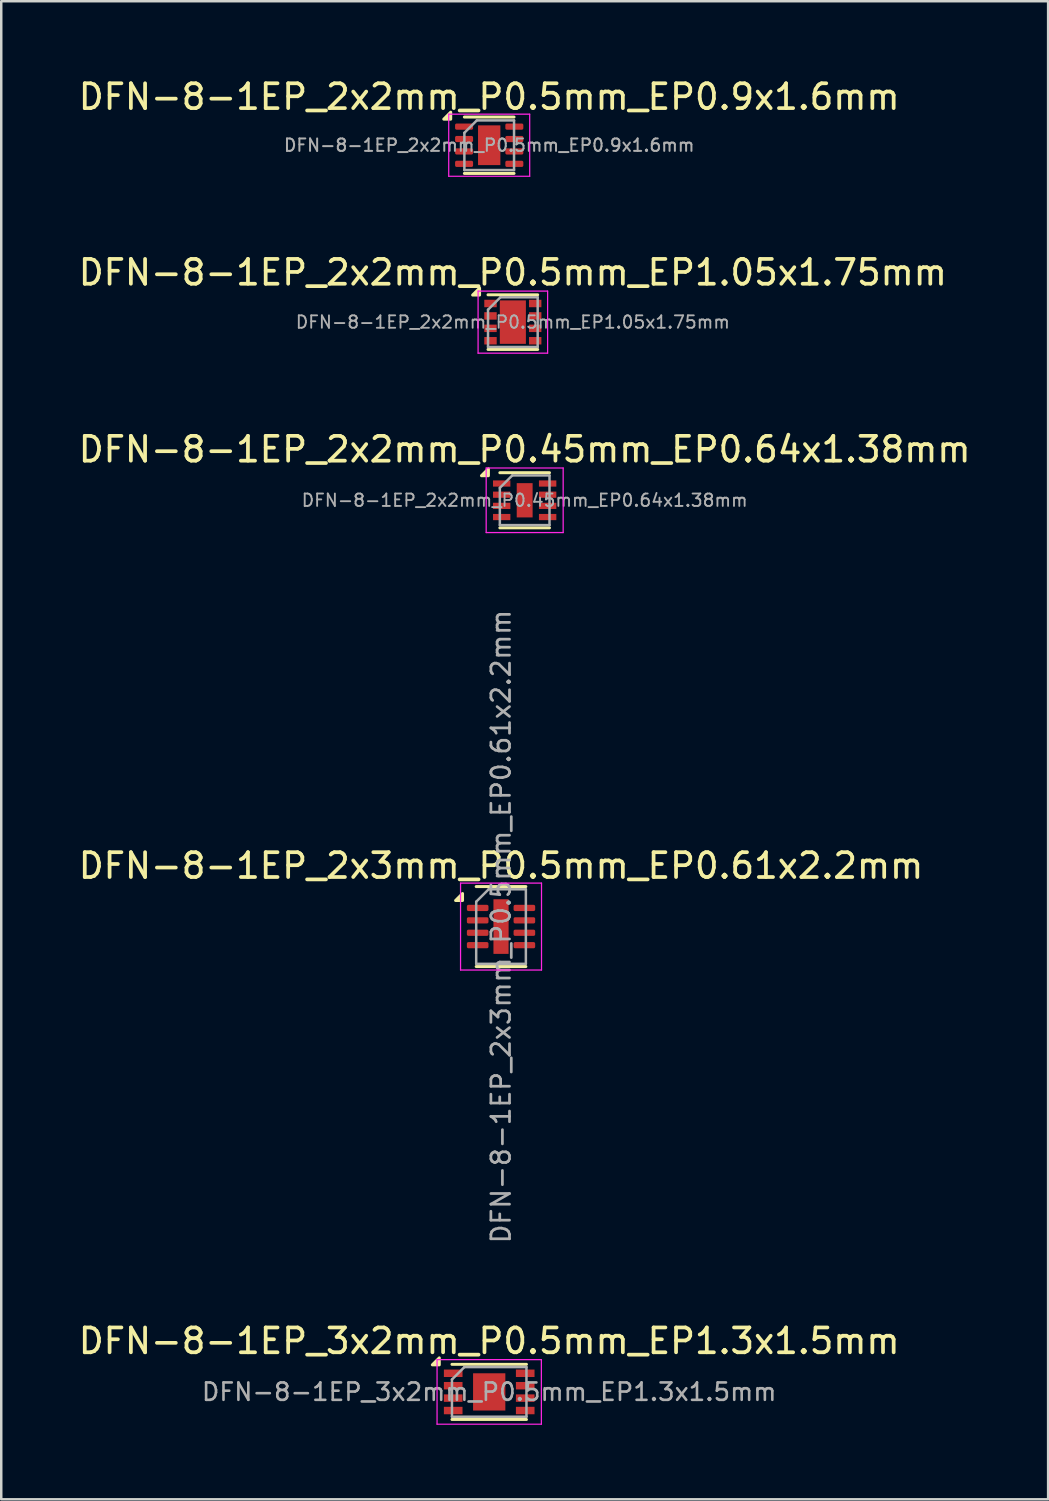
<source format=kicad_pcb>
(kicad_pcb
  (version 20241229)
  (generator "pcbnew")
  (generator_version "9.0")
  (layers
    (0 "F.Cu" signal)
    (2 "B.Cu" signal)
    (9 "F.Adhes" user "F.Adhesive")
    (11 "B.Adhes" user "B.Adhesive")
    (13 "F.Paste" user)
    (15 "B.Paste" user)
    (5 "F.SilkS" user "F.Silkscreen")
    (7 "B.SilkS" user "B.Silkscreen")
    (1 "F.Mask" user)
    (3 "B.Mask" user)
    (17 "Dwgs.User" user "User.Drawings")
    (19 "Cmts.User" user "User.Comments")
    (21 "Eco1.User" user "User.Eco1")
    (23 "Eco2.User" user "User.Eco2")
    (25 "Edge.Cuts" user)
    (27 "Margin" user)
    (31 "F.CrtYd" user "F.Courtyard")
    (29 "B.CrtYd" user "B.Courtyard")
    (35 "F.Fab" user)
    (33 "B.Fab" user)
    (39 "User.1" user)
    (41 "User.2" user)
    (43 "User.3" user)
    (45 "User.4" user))
  (footprint "DFN-8-1EP_2x2mm_P0.5mm_EP0.9x1.6mm"
    (layer "F.Cu")
    (at 16.649 2.798)
    (property "Reference" "DFN-8-1EP_2x2mm_P0.5mm_EP0.9x1.6mm" (at 0 -1.95 0) (layer "F.SilkS") (effects (font (size 1 1) (thickness 0.15))))
    (attr smd)
    (fp_line (start -1 -1.135) (end 1 -1.135) (stroke (width 0.12) (type solid)) (layer "F.SilkS"))
    (fp_line (start -1 1.135) (end 1 1.135) (stroke (width 0.12) (type solid)) (layer "F.SilkS"))
    (fp_poly (pts (xy -1.55 -1.05) (xy -1.83 -1.05) (xy -1.55 -1.33) (xy -1.55 -1.05)) (stroke (width 0.12) (type solid)) (fill yes) (layer "F.SilkS"))
    (fp_line (start -1.63 -1.25) (end -1.63 1.25) (stroke (width 0.05) (type solid)) (layer "F.CrtYd"))
    (fp_line (start -1.63 1.25) (end 1.63 1.25) (stroke (width 0.05) (type solid)) (layer "F.CrtYd"))
    (fp_line (start 1.63 -1.25) (end -1.63 -1.25) (stroke (width 0.05) (type solid)) (layer "F.CrtYd"))
    (fp_line (start 1.63 1.25) (end 1.63 -1.25) (stroke (width 0.05) (type solid)) (layer "F.CrtYd"))
    (fp_line (start -1 -0.5) (end -0.5 -1) (stroke (width 0.1) (type solid)) (layer "F.Fab"))
    (fp_line (start -1 1) (end -1 -0.5) (stroke (width 0.1) (type solid)) (layer "F.Fab"))
    (fp_line (start -0.5 -1) (end 1 -1) (stroke (width 0.1) (type solid)) (layer "F.Fab"))
    (fp_line (start 1 -1) (end 1 1) (stroke (width 0.1) (type solid)) (layer "F.Fab"))
    (fp_line (start 1 1) (end -1 1) (stroke (width 0.1) (type solid)) (layer "F.Fab"))
    (fp_text user "${REFERENCE}" (at 0 0 0) (layer "F.Fab") (effects (font (size 0.5 0.5) (thickness 0.08))))
    (pad "" smd roundrect (at 0 0) (size 0.73 1.29) (layers "F.Paste") (roundrect_rratio 0.25))
    (pad "1" smd roundrect (at -1.012 -0.75) (size 0.725 0.25) (layers "F.Cu" "F.Mask" "F.Paste") (roundrect_rratio 0.25))
    (pad "2" smd roundrect (at -1.012 -0.25) (size 0.725 0.25) (layers "F.Cu" "F.Mask" "F.Paste") (roundrect_rratio 0.25))
    (pad "3" smd roundrect (at -1.012 0.25) (size 0.725 0.25) (layers "F.Cu" "F.Mask" "F.Paste") (roundrect_rratio 0.25))
    (pad "4" smd roundrect (at -1.012 0.75) (size 0.725 0.25) (layers "F.Cu" "F.Mask" "F.Paste") (roundrect_rratio 0.25))
    (pad "5" smd roundrect (at 1.012 0.75) (size 0.725 0.25) (layers "F.Cu" "F.Mask" "F.Paste") (roundrect_rratio 0.25))
    (pad "6" smd roundrect (at 1.012 0.25) (size 0.725 0.25) (layers "F.Cu" "F.Mask" "F.Paste") (roundrect_rratio 0.25))
    (pad "7" smd roundrect (at 1.012 -0.25) (size 0.725 0.25) (layers "F.Cu" "F.Mask" "F.Paste") (roundrect_rratio 0.25))
    (pad "8" smd roundrect (at 1.012 -0.75) (size 0.725 0.25) (layers "F.Cu" "F.Mask" "F.Paste") (roundrect_rratio 0.25))
    (pad "9" smd rect (at 0 0) (size 0.9 1.6) (property pad_prop_heatsink) (layers "F.Cu" "F.Mask")))
  (footprint "DFN-8-1EP_3x2mm_P0.5mm_EP1.3x1.5mm"
    (layer "F.Cu")
    (at 16.649 52.998)
    (property "Reference" "DFN-8-1EP_3x2mm_P0.5mm_EP1.3x1.5mm" (at 0 -2.05 0) (layer "F.SilkS") (effects (font (size 1 1) (thickness 0.15))))
    (attr smd)
    (fp_line (start -1.5 -1.11) (end 1.5 -1.11) (stroke (width 0.12) (type solid)) (layer "F.SilkS"))
    (fp_line (start -1.5 1.11) (end 1.5 1.11) (stroke (width 0.12) (type solid)) (layer "F.SilkS"))
    (fp_poly (pts (xy -2.01 -1.09) (xy -2.29 -1.09) (xy -2.01 -1.37) (xy -2.01 -1.09)) (stroke (width 0.12) (type solid)) (fill yes) (layer "F.SilkS"))
    (fp_line (start -2.1 -1.3) (end -2.1 1.3) (stroke (width 0.05) (type solid)) (layer "F.CrtYd"))
    (fp_line (start -2.1 -1.3) (end 2.1 -1.3) (stroke (width 0.05) (type solid)) (layer "F.CrtYd"))
    (fp_line (start -2.1 1.3) (end 2.1 1.3) (stroke (width 0.05) (type solid)) (layer "F.CrtYd"))
    (fp_line (start 2.1 -1.3) (end 2.1 1.3) (stroke (width 0.05) (type solid)) (layer "F.CrtYd"))
    (fp_line (start -1.5 -0.5) (end -1 -1) (stroke (width 0.1) (type solid)) (layer "F.Fab"))
    (fp_line (start -1.5 1) (end -1.5 -0.5) (stroke (width 0.1) (type solid)) (layer "F.Fab"))
    (fp_line (start -1 -1) (end 1.5 -1) (stroke (width 0.1) (type solid)) (layer "F.Fab"))
    (fp_line (start 1.5 -1) (end 1.5 1) (stroke (width 0.1) (type solid)) (layer "F.Fab"))
    (fp_line (start 1.5 1) (end -1.5 1) (stroke (width 0.1) (type solid)) (layer "F.Fab"))
    (fp_text user "${REFERENCE}" (at 0 0 0) (layer "F.Fab") (effects (font (size 0.7 0.7) (thickness 0.105))))
    (pad "" smd rect (at -0.325 -0.375) (size 0.5 0.6) (layers "F.Paste"))
    (pad "" smd rect (at -0.325 0.375) (size 0.5 0.6) (layers "F.Paste"))
    (pad "" smd rect (at 0.325 -0.375) (size 0.5 0.6) (layers "F.Paste"))
    (pad "" smd rect (at 0.325 0.375) (size 0.5 0.6) (layers "F.Paste"))
    (pad "1" smd rect (at -1.45 -0.75) (size 0.75 0.3) (layers "F.Cu" "F.Mask" "F.Paste"))
    (pad "2" smd rect (at -1.45 -0.25) (size 0.75 0.3) (layers "F.Cu" "F.Mask" "F.Paste"))
    (pad "3" smd rect (at -1.45 0.25) (size 0.75 0.3) (layers "F.Cu" "F.Mask" "F.Paste"))
    (pad "4" smd rect (at -1.45 0.75) (size 0.75 0.3) (layers "F.Cu" "F.Mask" "F.Paste"))
    (pad "5" smd rect (at 1.45 0.75) (size 0.75 0.3) (layers "F.Cu" "F.Mask" "F.Paste"))
    (pad "6" smd rect (at 1.45 0.25) (size 0.75 0.3) (layers "F.Cu" "F.Mask" "F.Paste"))
    (pad "7" smd rect (at 1.45 -0.25) (size 0.75 0.3) (layers "F.Cu" "F.Mask" "F.Paste"))
    (pad "8" smd rect (at 1.45 -0.75) (size 0.75 0.3) (layers "F.Cu" "F.Mask" "F.Paste"))
    (pad "9" smd rect (at 0 0) (size 1.3 1.5) (layers "F.Cu" "F.Mask")))
  (footprint "DFN-8-1EP_2x2mm_P0.45mm_EP0.64x1.38mm"
    (layer "F.Cu")
    (at 18.077 17.095)
    (property "Reference" "DFN-8-1EP_2x2mm_P0.45mm_EP0.64x1.38mm" (at 0 -2.05 0) (layer "F.SilkS") (effects (font (size 1 1) (thickness 0.15))))
    (attr smd)
    (fp_line (start -1 -1.11) (end 1 -1.11) (stroke (width 0.12) (type solid)) (layer "F.SilkS"))
    (fp_line (start -1 1.11) (end 1 1.11) (stroke (width 0.12) (type solid)) (layer "F.SilkS"))
    (fp_poly (pts (xy -1.46 -0.99) (xy -1.74 -0.99) (xy -1.46 -1.27) (xy -1.46 -0.99)) (stroke (width 0.12) (type solid)) (fill yes) (layer "F.SilkS"))
    (fp_line (start -1.55 -1.3) (end -1.55 1.3) (stroke (width 0.05) (type solid)) (layer "F.CrtYd"))
    (fp_line (start -1.55 -1.3) (end 1.55 -1.3) (stroke (width 0.05) (type solid)) (layer "F.CrtYd"))
    (fp_line (start -1.55 1.3) (end 1.55 1.3) (stroke (width 0.05) (type solid)) (layer "F.CrtYd"))
    (fp_line (start 1.55 -1.3) (end 1.55 1.3) (stroke (width 0.05) (type solid)) (layer "F.CrtYd"))
    (fp_line (start -1 -0.5) (end -0.5 -1) (stroke (width 0.1) (type solid)) (layer "F.Fab"))
    (fp_line (start -1 1) (end -1 -0.5) (stroke (width 0.1) (type solid)) (layer "F.Fab"))
    (fp_line (start -0.5 -1) (end 1 -1) (stroke (width 0.1) (type solid)) (layer "F.Fab"))
    (fp_line (start 1 -1) (end 1 1) (stroke (width 0.1) (type solid)) (layer "F.Fab"))
    (fp_line (start 1 1) (end -1 1) (stroke (width 0.1) (type solid)) (layer "F.Fab"))
    (fp_text user "${REFERENCE}" (at 0 0 0) (layer "F.Fab") (effects (font (size 0.5 0.5) (thickness 0.075))))
    (pad "" smd rect (at 0 -0.345) (size 0.53 0.54) (layers "F.Paste"))
    (pad "" smd rect (at 0 0.345) (size 0.53 0.54) (layers "F.Paste"))
    (pad "1" smd rect (at -0.925 -0.675) (size 0.7 0.25) (layers "F.Cu" "F.Mask" "F.Paste"))
    (pad "2" smd rect (at -0.925 -0.225) (size 0.7 0.25) (layers "F.Cu" "F.Mask" "F.Paste"))
    (pad "3" smd rect (at -0.925 0.225) (size 0.7 0.25) (layers "F.Cu" "F.Mask" "F.Paste"))
    (pad "4" smd rect (at -0.925 0.675) (size 0.7 0.25) (layers "F.Cu" "F.Mask" "F.Paste"))
    (pad "5" smd rect (at 0.925 0.675) (size 0.7 0.25) (layers "F.Cu" "F.Mask" "F.Paste"))
    (pad "6" smd rect (at 0.925 0.225) (size 0.7 0.25) (layers "F.Cu" "F.Mask" "F.Paste"))
    (pad "7" smd rect (at 0.925 -0.225) (size 0.7 0.25) (layers "F.Cu" "F.Mask" "F.Paste"))
    (pad "8" smd rect (at 0.925 -0.675) (size 0.7 0.25) (layers "F.Cu" "F.Mask" "F.Paste"))
    (pad "9" smd rect (at 0 0) (size 0.64 1.38) (layers "F.Cu" "F.Mask")))
  (footprint "DFN-8-1EP_2x2mm_P0.5mm_EP1.05x1.75mm"
    (layer "F.Cu")
    (at 17.601 9.921)
    (property "Reference" "DFN-8-1EP_2x2mm_P0.5mm_EP1.05x1.75mm" (at 0 -2 0) (layer "F.SilkS") (effects (font (size 1 1) (thickness 0.15))))
    (attr smd)
    (fp_line (start -1 -1.1) (end 1 -1.1) (stroke (width 0.12) (type solid)) (layer "F.SilkS"))
    (fp_line (start -1 1.1) (end 1 1.1) (stroke (width 0.12) (type solid)) (layer "F.SilkS"))
    (fp_poly (pts (xy -1.34 -1.09) (xy -1.62 -1.09) (xy -1.34 -1.37) (xy -1.34 -1.09)) (stroke (width 0.12) (type solid)) (fill yes) (layer "F.SilkS"))
    (fp_line (start -1.4 -1.25) (end -1.4 1.25) (stroke (width 0.05) (type solid)) (layer "F.CrtYd"))
    (fp_line (start -1.4 -1.25) (end 1.4 -1.25) (stroke (width 0.05) (type solid)) (layer "F.CrtYd"))
    (fp_line (start -1.4 1.25) (end 1.4 1.25) (stroke (width 0.05) (type solid)) (layer "F.CrtYd"))
    (fp_line (start 1.4 -1.25) (end 1.4 1.25) (stroke (width 0.05) (type solid)) (layer "F.CrtYd"))
    (fp_line (start -1 -0.5) (end -0.5 -1) (stroke (width 0.1) (type solid)) (layer "F.Fab"))
    (fp_line (start -1 1) (end -1 -0.5) (stroke (width 0.1) (type solid)) (layer "F.Fab"))
    (fp_line (start -0.5 -1) (end 1 -1) (stroke (width 0.1) (type solid)) (layer "F.Fab"))
    (fp_line (start 1 -1) (end 1 1) (stroke (width 0.1) (type solid)) (layer "F.Fab"))
    (fp_line (start 1 1) (end -1 1) (stroke (width 0.1) (type solid)) (layer "F.Fab"))
    (fp_text user "${REFERENCE}" (at 0 0 0) (layer "F.Fab") (effects (font (size 0.5 0.5) (thickness 0.075))))
    (pad "" smd rect (at 0 -0.438) (size 0.85 0.65) (layers "F.Paste"))
    (pad "" smd rect (at 0 0.438) (size 0.85 0.65) (layers "F.Paste"))
    (pad "1" smd rect (at -0.9 -0.75) (size 0.5 0.3) (layers "F.Cu" "F.Mask" "F.Paste"))
    (pad "2" smd rect (at -0.9 -0.25) (size 0.5 0.3) (layers "F.Cu" "F.Mask" "F.Paste"))
    (pad "3" smd rect (at -0.9 0.25) (size 0.5 0.3) (layers "F.Cu" "F.Mask" "F.Paste"))
    (pad "4" smd rect (at -0.9 0.75) (size 0.5 0.3) (layers "F.Cu" "F.Mask" "F.Paste"))
    (pad "5" smd rect (at 0.9 0.75) (size 0.5 0.3) (layers "F.Cu" "F.Mask" "F.Paste"))
    (pad "6" smd rect (at 0.9 0.25) (size 0.5 0.3) (layers "F.Cu" "F.Mask" "F.Paste"))
    (pad "7" smd rect (at 0.9 -0.25) (size 0.5 0.3) (layers "F.Cu" "F.Mask" "F.Paste"))
    (pad "8" smd rect (at 0.9 -0.75) (size 0.5 0.3) (layers "F.Cu" "F.Mask" "F.Paste"))
    (pad "9" smd rect (at 0 0) (size 1.05 1.75) (layers "F.Cu" "F.Mask")))
  (footprint "DFN-8-1EP_2x3mm_P0.5mm_EP0.61x2.2mm"
    (layer "F.Cu")
    (at 17.125 34.26)
    (property "Reference" "DFN-8-1EP_2x3mm_P0.5mm_EP0.61x2.2mm" (at 0 -2.45 0) (layer "F.SilkS") (effects (font (size 1 1) (thickness 0.15))))
    (attr smd)
    (fp_line (start -1 -1.61) (end 1 -1.61) (stroke (width 0.12) (type solid)) (layer "F.SilkS"))
    (fp_line (start -1 1.61) (end 1 1.61) (stroke (width 0.12) (type solid)) (layer "F.SilkS"))
    (fp_poly (pts (xy -1.55 -1.05) (xy -1.83 -1.05) (xy -1.55 -1.33) (xy -1.55 -1.05)) (stroke (width 0.12) (type solid)) (fill yes) (layer "F.SilkS"))
    (fp_line (start -1.63 -1.75) (end -1.63 1.75) (stroke (width 0.05) (type solid)) (layer "F.CrtYd"))
    (fp_line (start -1.63 1.75) (end 1.63 1.75) (stroke (width 0.05) (type solid)) (layer "F.CrtYd"))
    (fp_line (start 1.63 -1.75) (end -1.63 -1.75) (stroke (width 0.05) (type solid)) (layer "F.CrtYd"))
    (fp_line (start 1.63 1.75) (end 1.63 -1.75) (stroke (width 0.05) (type solid)) (layer "F.CrtYd"))
    (fp_line (start -1 -1) (end -0.5 -1.5) (stroke (width 0.1) (type solid)) (layer "F.Fab"))
    (fp_line (start -1 1.5) (end -1 -1) (stroke (width 0.1) (type solid)) (layer "F.Fab"))
    (fp_line (start -0.5 -1.5) (end 1 -1.5) (stroke (width 0.1) (type solid)) (layer "F.Fab"))
    (fp_line (start 1 -1.5) (end 1 1.5) (stroke (width 0.1) (type solid)) (layer "F.Fab"))
    (fp_line (start 1 1.5) (end -1 1.5) (stroke (width 0.1) (type solid)) (layer "F.Fab"))
    (fp_text user "${REFERENCE}" (at 0 0 90) (layer "F.Fab") (effects (font (size 0.75 0.75) (thickness 0.11))))
    (pad "" smd roundrect (at 0 -0.55) (size 0.49 0.89) (layers "F.Paste") (roundrect_rratio 0.25))
    (pad "" smd roundrect (at 0 0.55) (size 0.49 0.89) (layers "F.Paste") (roundrect_rratio 0.25))
    (pad "1" smd roundrect (at -0.94 -0.75) (size 0.87 0.25) (layers "F.Cu" "F.Mask" "F.Paste") (roundrect_rratio 0.25))
    (pad "2" smd roundrect (at -0.94 -0.25) (size 0.87 0.25) (layers "F.Cu" "F.Mask" "F.Paste") (roundrect_rratio 0.25))
    (pad "3" smd roundrect (at -0.94 0.25) (size 0.87 0.25) (layers "F.Cu" "F.Mask" "F.Paste") (roundrect_rratio 0.25))
    (pad "4" smd roundrect (at -0.94 0.75) (size 0.87 0.25) (layers "F.Cu" "F.Mask" "F.Paste") (roundrect_rratio 0.25))
    (pad "5" smd roundrect (at 0.94 0.75) (size 0.87 0.25) (layers "F.Cu" "F.Mask" "F.Paste") (roundrect_rratio 0.25))
    (pad "6" smd roundrect (at 0.94 0.25) (size 0.87 0.25) (layers "F.Cu" "F.Mask" "F.Paste") (roundrect_rratio 0.25))
    (pad "7" smd roundrect (at 0.94 -0.25) (size 0.87 0.25) (layers "F.Cu" "F.Mask" "F.Paste") (roundrect_rratio 0.25))
    (pad "8" smd roundrect (at 0.94 -0.75) (size 0.87 0.25) (layers "F.Cu" "F.Mask" "F.Paste") (roundrect_rratio 0.25))
    (pad "9" smd rect (at 0 0) (size 0.61 2.2) (property pad_prop_heatsink) (layers "F.Cu" "F.Mask")))
  (gr_rect
    (start -3 -3)
    (end 39.155 57.323)
    (stroke (width 0.1) (type default))
    (fill no)
    (layer "Edge.Cuts")))
</source>
